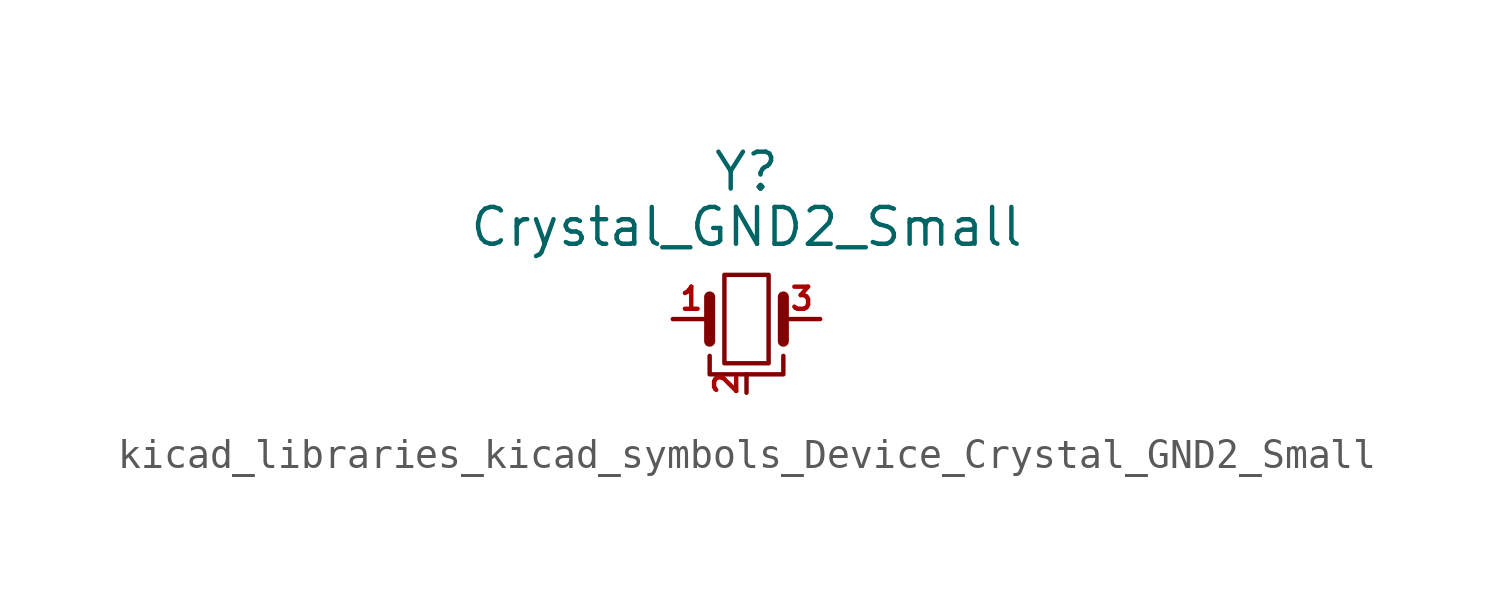
<source format=kicad_sym>
(kicad_symbol_lib
  (version 20220914)
  (generator kicad_symbol_editor)
  (symbol "kicad_libraries_kicad_symbols_Device_Crystal_GND2_Small"
    (pin_names
      (offset 1.016) hide)
    (property "Reference" "Y"
      (at 0 5.08 0)
      (effects (font (size 1.27 1.27))))
    (property "Value" "Crystal_GND2_Small"
      (at 0 3.175 0)
      (effects (font (size 1.27 1.27))))
    (symbol "kicad_libraries_kicad_symbols_Device_Crystal_GND2_Small_0_1"
      (rectangle (start -0.762 -1.524) (end 0.762 1.524) (stroke (width 0) (type default)) (fill (type none)))
      (polyline (pts (xy -1.27 -0.762) (xy -1.27 0.762)) (stroke (width 0.381) (type default)) (fill (type none)))
      (polyline (pts (xy 1.27 -0.762) (xy 1.27 0.762)) (stroke (width 0.381) (type default)) (fill (type none)))
      (polyline (pts (xy -1.27 -1.27) (xy -1.27 -1.905) (xy 1.27 -1.905) (xy 1.27 -1.27)) (stroke (width 0) (type default)) (fill (type none))))
    (symbol "kicad_libraries_kicad_symbols_Device_Crystal_GND2_Small_1_1"
      (pin passive line (at -2.54 0 0) (length 1.27) (name "1" (effects (font (size 1.27 1.27)))) (number "1" (effects (font (size 0.762 0.762)))))
      (pin passive line (at 0 -2.54 90) (length 0.635) (name "2" (effects (font (size 1.27 1.27)))) (number "2" (effects (font (size 0.762 0.762)))))
      (pin passive line (at 2.54 0 180) (length 1.27) (name "3" (effects (font (size 1.27 1.27)))) (number "3" (effects (font (size 0.762 0.762))))))))
</source>
